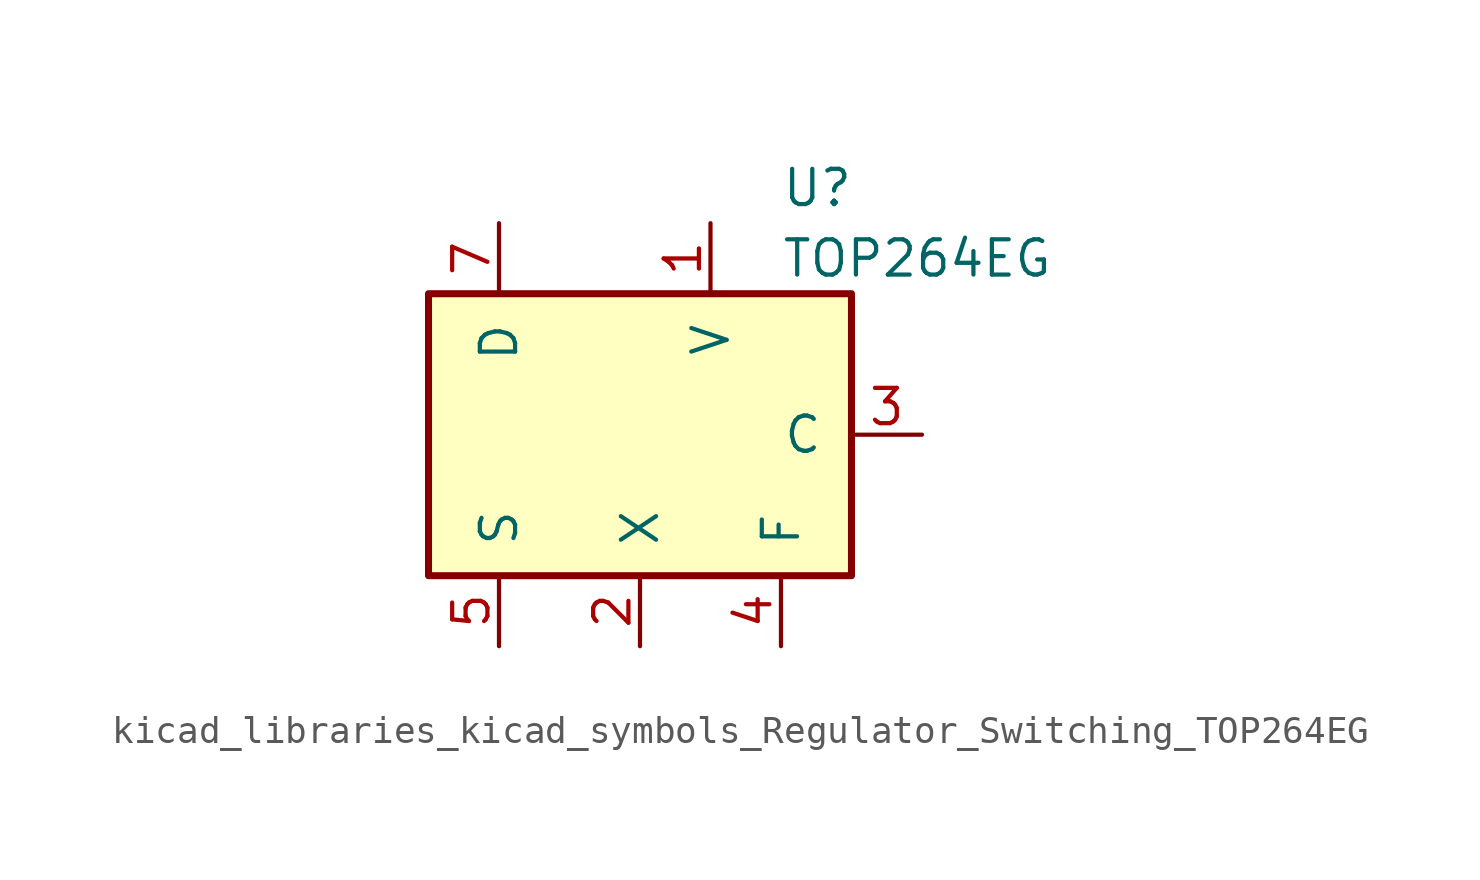
<source format=kicad_sym>
(kicad_symbol_lib
  (version 20220914)
  (generator kicad_symbol_editor)
  (symbol "kicad_libraries_kicad_symbols_Regulator_Switching_TOP264EG"
    (pin_names
      (offset 1.016))
    (property "Reference" "U"
      (at 5.08 8.89 0)
      (effects (font (size 1.27 1.27)) (justify left)))
    (property "Value" "TOP264EG"
      (at 5.08 6.35 0)
      (effects (font (size 1.27 1.27)) (justify left)))
    (symbol "kicad_libraries_kicad_symbols_Regulator_Switching_TOP264EG_0_1"
      (rectangle (start -7.62 5.08) (end 7.62 -5.08) (stroke (width 0.254) (type default)) (fill (type background))))
    (symbol "kicad_libraries_kicad_symbols_Regulator_Switching_TOP264EG_1_1"
      (pin input line (at 2.54 7.62 270) (length 2.54) (name "V" (effects (font (size 1.27 1.27)))) (number "1" (effects (font (size 1.27 1.27)))))
      (pin input line (at 0 -7.62 90) (length 2.54) (name "X" (effects (font (size 1.27 1.27)))) (number "2" (effects (font (size 1.27 1.27)))))
      (pin input line (at 10.16 0 180) (length 2.54) (name "C" (effects (font (size 1.27 1.27)))) (number "3" (effects (font (size 1.27 1.27)))))
      (pin passive line (at 5.08 -7.62 90) (length 2.54) (name "F" (effects (font (size 1.27 1.27)))) (number "4" (effects (font (size 1.27 1.27)))))
      (pin power_in line (at -5.08 -7.62 90) (length 2.54) (name "S" (effects (font (size 1.27 1.27)))) (number "5" (effects (font (size 1.27 1.27)))))
      (pin open_collector line (at -5.08 7.62 270) (length 2.54) (name "D" (effects (font (size 1.27 1.27)))) (number "7" (effects (font (size 1.27 1.27))))))))
</source>
